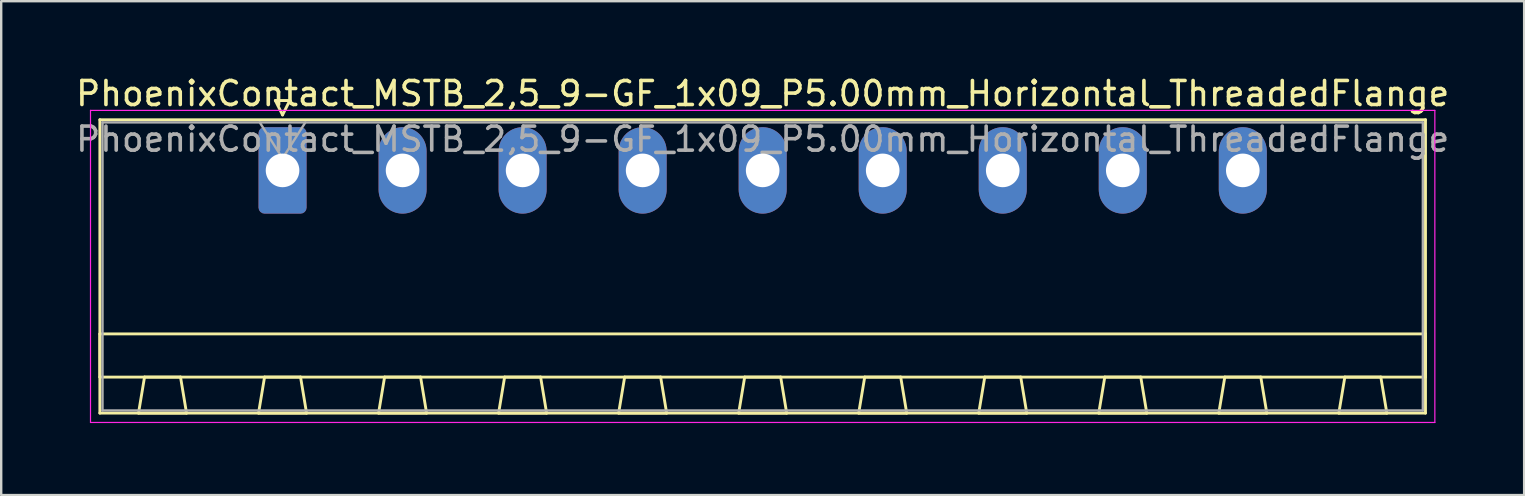
<source format=kicad_pcb>
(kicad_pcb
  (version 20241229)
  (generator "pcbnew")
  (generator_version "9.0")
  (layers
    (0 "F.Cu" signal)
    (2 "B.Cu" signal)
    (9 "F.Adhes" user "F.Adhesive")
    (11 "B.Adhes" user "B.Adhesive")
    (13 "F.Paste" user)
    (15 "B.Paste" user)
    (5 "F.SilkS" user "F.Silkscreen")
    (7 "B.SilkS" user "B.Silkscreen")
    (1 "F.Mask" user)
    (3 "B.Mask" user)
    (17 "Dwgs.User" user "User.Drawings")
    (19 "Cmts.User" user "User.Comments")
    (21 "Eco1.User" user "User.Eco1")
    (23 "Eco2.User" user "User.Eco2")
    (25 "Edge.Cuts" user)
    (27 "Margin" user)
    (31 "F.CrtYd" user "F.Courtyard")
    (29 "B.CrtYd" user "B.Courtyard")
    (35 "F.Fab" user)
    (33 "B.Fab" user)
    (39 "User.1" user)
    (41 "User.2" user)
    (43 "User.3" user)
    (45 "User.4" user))
  (footprint "PhoenixContact_MSTB_2,5_9-GF_1x09_P5.00mm_Horizontal_ThreadedFlange"
    (layer "F.Cu")
    (at 8.72 4.048)
    (property "Reference" "PhoenixContact_MSTB_2,5_9-GF_1x09_P5.00mm_Horizontal_ThreadedFlange" (at 20 -3.2 0) (layer "F.SilkS") (effects (font (size 1 1) (thickness 0.15))))
    (attr through_hole)
    (fp_line (start -7.61 -2.11) (end -7.61 10.11) (stroke (width 0.12) (type solid)) (layer "F.SilkS"))
    (fp_line (start -7.61 6.81) (end 47.61 6.81) (stroke (width 0.12) (type solid)) (layer "F.SilkS"))
    (fp_line (start -7.61 8.61) (end -7.61 6.81) (stroke (width 0.12) (type solid)) (layer "F.SilkS"))
    (fp_line (start -7.61 10.11) (end 47.61 10.11) (stroke (width 0.12) (type solid)) (layer "F.SilkS"))
    (fp_line (start -6 10.11) (end -4 10.11) (stroke (width 0.12) (type solid)) (layer "F.SilkS"))
    (fp_line (start -5.75 8.61) (end -6 10.11) (stroke (width 0.12) (type solid)) (layer "F.SilkS"))
    (fp_line (start -4.25 8.61) (end -5.75 8.61) (stroke (width 0.12) (type solid)) (layer "F.SilkS"))
    (fp_line (start -4 10.11) (end -4.25 8.61) (stroke (width 0.12) (type solid)) (layer "F.SilkS"))
    (fp_line (start -1 10.11) (end 1 10.11) (stroke (width 0.12) (type solid)) (layer "F.SilkS"))
    (fp_line (start -0.75 8.61) (end -1 10.11) (stroke (width 0.12) (type solid)) (layer "F.SilkS"))
    (fp_line (start -0.3 -2.91) (end 0.3 -2.91) (stroke (width 0.12) (type solid)) (layer "F.SilkS"))
    (fp_line (start 0 -2.31) (end -0.3 -2.91) (stroke (width 0.12) (type solid)) (layer "F.SilkS"))
    (fp_line (start 0.3 -2.91) (end 0 -2.31) (stroke (width 0.12) (type solid)) (layer "F.SilkS"))
    (fp_line (start 0.75 8.61) (end -0.75 8.61) (stroke (width 0.12) (type solid)) (layer "F.SilkS"))
    (fp_line (start 1 10.11) (end 0.75 8.61) (stroke (width 0.12) (type solid)) (layer "F.SilkS"))
    (fp_line (start 4 10.11) (end 6 10.11) (stroke (width 0.12) (type solid)) (layer "F.SilkS"))
    (fp_line (start 4.25 8.61) (end 4 10.11) (stroke (width 0.12) (type solid)) (layer "F.SilkS"))
    (fp_line (start 5.75 8.61) (end 4.25 8.61) (stroke (width 0.12) (type solid)) (layer "F.SilkS"))
    (fp_line (start 6 10.11) (end 5.75 8.61) (stroke (width 0.12) (type solid)) (layer "F.SilkS"))
    (fp_line (start 9 10.11) (end 11 10.11) (stroke (width 0.12) (type solid)) (layer "F.SilkS"))
    (fp_line (start 9.25 8.61) (end 9 10.11) (stroke (width 0.12) (type solid)) (layer "F.SilkS"))
    (fp_line (start 10.75 8.61) (end 9.25 8.61) (stroke (width 0.12) (type solid)) (layer "F.SilkS"))
    (fp_line (start 11 10.11) (end 10.75 8.61) (stroke (width 0.12) (type solid)) (layer "F.SilkS"))
    (fp_line (start 14 10.11) (end 16 10.11) (stroke (width 0.12) (type solid)) (layer "F.SilkS"))
    (fp_line (start 14.25 8.61) (end 14 10.11) (stroke (width 0.12) (type solid)) (layer "F.SilkS"))
    (fp_line (start 15.75 8.61) (end 14.25 8.61) (stroke (width 0.12) (type solid)) (layer "F.SilkS"))
    (fp_line (start 16 10.11) (end 15.75 8.61) (stroke (width 0.12) (type solid)) (layer "F.SilkS"))
    (fp_line (start 19 10.11) (end 21 10.11) (stroke (width 0.12) (type solid)) (layer "F.SilkS"))
    (fp_line (start 19.25 8.61) (end 19 10.11) (stroke (width 0.12) (type solid)) (layer "F.SilkS"))
    (fp_line (start 20.75 8.61) (end 19.25 8.61) (stroke (width 0.12) (type solid)) (layer "F.SilkS"))
    (fp_line (start 21 10.11) (end 20.75 8.61) (stroke (width 0.12) (type solid)) (layer "F.SilkS"))
    (fp_line (start 24 10.11) (end 26 10.11) (stroke (width 0.12) (type solid)) (layer "F.SilkS"))
    (fp_line (start 24.25 8.61) (end 24 10.11) (stroke (width 0.12) (type solid)) (layer "F.SilkS"))
    (fp_line (start 25.75 8.61) (end 24.25 8.61) (stroke (width 0.12) (type solid)) (layer "F.SilkS"))
    (fp_line (start 26 10.11) (end 25.75 8.61) (stroke (width 0.12) (type solid)) (layer "F.SilkS"))
    (fp_line (start 29 10.11) (end 31 10.11) (stroke (width 0.12) (type solid)) (layer "F.SilkS"))
    (fp_line (start 29.25 8.61) (end 29 10.11) (stroke (width 0.12) (type solid)) (layer "F.SilkS"))
    (fp_line (start 30.75 8.61) (end 29.25 8.61) (stroke (width 0.12) (type solid)) (layer "F.SilkS"))
    (fp_line (start 31 10.11) (end 30.75 8.61) (stroke (width 0.12) (type solid)) (layer "F.SilkS"))
    (fp_line (start 34 10.11) (end 36 10.11) (stroke (width 0.12) (type solid)) (layer "F.SilkS"))
    (fp_line (start 34.25 8.61) (end 34 10.11) (stroke (width 0.12) (type solid)) (layer "F.SilkS"))
    (fp_line (start 35.75 8.61) (end 34.25 8.61) (stroke (width 0.12) (type solid)) (layer "F.SilkS"))
    (fp_line (start 36 10.11) (end 35.75 8.61) (stroke (width 0.12) (type solid)) (layer "F.SilkS"))
    (fp_line (start 39 10.11) (end 41 10.11) (stroke (width 0.12) (type solid)) (layer "F.SilkS"))
    (fp_line (start 39.25 8.61) (end 39 10.11) (stroke (width 0.12) (type solid)) (layer "F.SilkS"))
    (fp_line (start 40.75 8.61) (end 39.25 8.61) (stroke (width 0.12) (type solid)) (layer "F.SilkS"))
    (fp_line (start 41 10.11) (end 40.75 8.61) (stroke (width 0.12) (type solid)) (layer "F.SilkS"))
    (fp_line (start 44 10.11) (end 46 10.11) (stroke (width 0.12) (type solid)) (layer "F.SilkS"))
    (fp_line (start 44.25 8.61) (end 44 10.11) (stroke (width 0.12) (type solid)) (layer "F.SilkS"))
    (fp_line (start 45.75 8.61) (end 44.25 8.61) (stroke (width 0.12) (type solid)) (layer "F.SilkS"))
    (fp_line (start 46 10.11) (end 45.75 8.61) (stroke (width 0.12) (type solid)) (layer "F.SilkS"))
    (fp_line (start 47.61 -2.11) (end -7.61 -2.11) (stroke (width 0.12) (type solid)) (layer "F.SilkS"))
    (fp_line (start 47.61 6.81) (end 47.61 8.61) (stroke (width 0.12) (type solid)) (layer "F.SilkS"))
    (fp_line (start 47.61 8.61) (end -7.61 8.61) (stroke (width 0.12) (type solid)) (layer "F.SilkS"))
    (fp_line (start 47.61 10.11) (end 47.61 -2.11) (stroke (width 0.12) (type solid)) (layer "F.SilkS"))
    (fp_line (start -8 -2.5) (end -8 10.5) (stroke (width 0.05) (type solid)) (layer "F.CrtYd"))
    (fp_line (start -8 10.5) (end 48 10.5) (stroke (width 0.05) (type solid)) (layer "F.CrtYd"))
    (fp_line (start 48 -2.5) (end -8 -2.5) (stroke (width 0.05) (type solid)) (layer "F.CrtYd"))
    (fp_line (start 48 10.5) (end 48 -2.5) (stroke (width 0.05) (type solid)) (layer "F.CrtYd"))
    (fp_line (start -7.5 -2) (end -7.5 10) (stroke (width 0.1) (type solid)) (layer "F.Fab"))
    (fp_line (start -7.5 10) (end 47.5 10) (stroke (width 0.1) (type solid)) (layer "F.Fab"))
    (fp_line (start 0 -0.5) (end -0.95 -2) (stroke (width 0.1) (type solid)) (layer "F.Fab"))
    (fp_line (start 0.95 -2) (end 0 -0.5) (stroke (width 0.1) (type solid)) (layer "F.Fab"))
    (fp_line (start 47.5 -2) (end -7.5 -2) (stroke (width 0.1) (type solid)) (layer "F.Fab"))
    (fp_line (start 47.5 10) (end 47.5 -2) (stroke (width 0.1) (type solid)) (layer "F.Fab"))
    (fp_text user "${REFERENCE}" (at 20 -1.3 0) (layer "F.Fab") (effects (font (size 1 1) (thickness 0.15))))
    (pad "1" thru_hole roundrect (at 0 0) (size 2 3.6) (drill 1.4) (layers "*.Cu" "*.Mask") (roundrect_rratio 0.125))
    (pad "2" thru_hole oval (at 5 0) (size 2 3.6) (drill 1.4) (layers "*.Cu" "*.Mask"))
    (pad "3" thru_hole oval (at 10 0) (size 2 3.6) (drill 1.4) (layers "*.Cu" "*.Mask"))
    (pad "4" thru_hole oval (at 15 0) (size 2 3.6) (drill 1.4) (layers "*.Cu" "*.Mask"))
    (pad "5" thru_hole oval (at 20 0) (size 2 3.6) (drill 1.4) (layers "*.Cu" "*.Mask"))
    (pad "6" thru_hole oval (at 25 0) (size 2 3.6) (drill 1.4) (layers "*.Cu" "*.Mask"))
    (pad "7" thru_hole oval (at 30 0) (size 2 3.6) (drill 1.4) (layers "*.Cu" "*.Mask"))
    (pad "8" thru_hole oval (at 35 0) (size 2 3.6) (drill 1.4) (layers "*.Cu" "*.Mask"))
    (pad "9" thru_hole oval (at 40 0) (size 2 3.6) (drill 1.4) (layers "*.Cu" "*.Mask")))
  (gr_rect
    (start -3 -3)
    (end 60.44 17.573)
    (stroke (width 0.1) (type default))
    (fill no)
    (layer "Edge.Cuts")))
</source>
